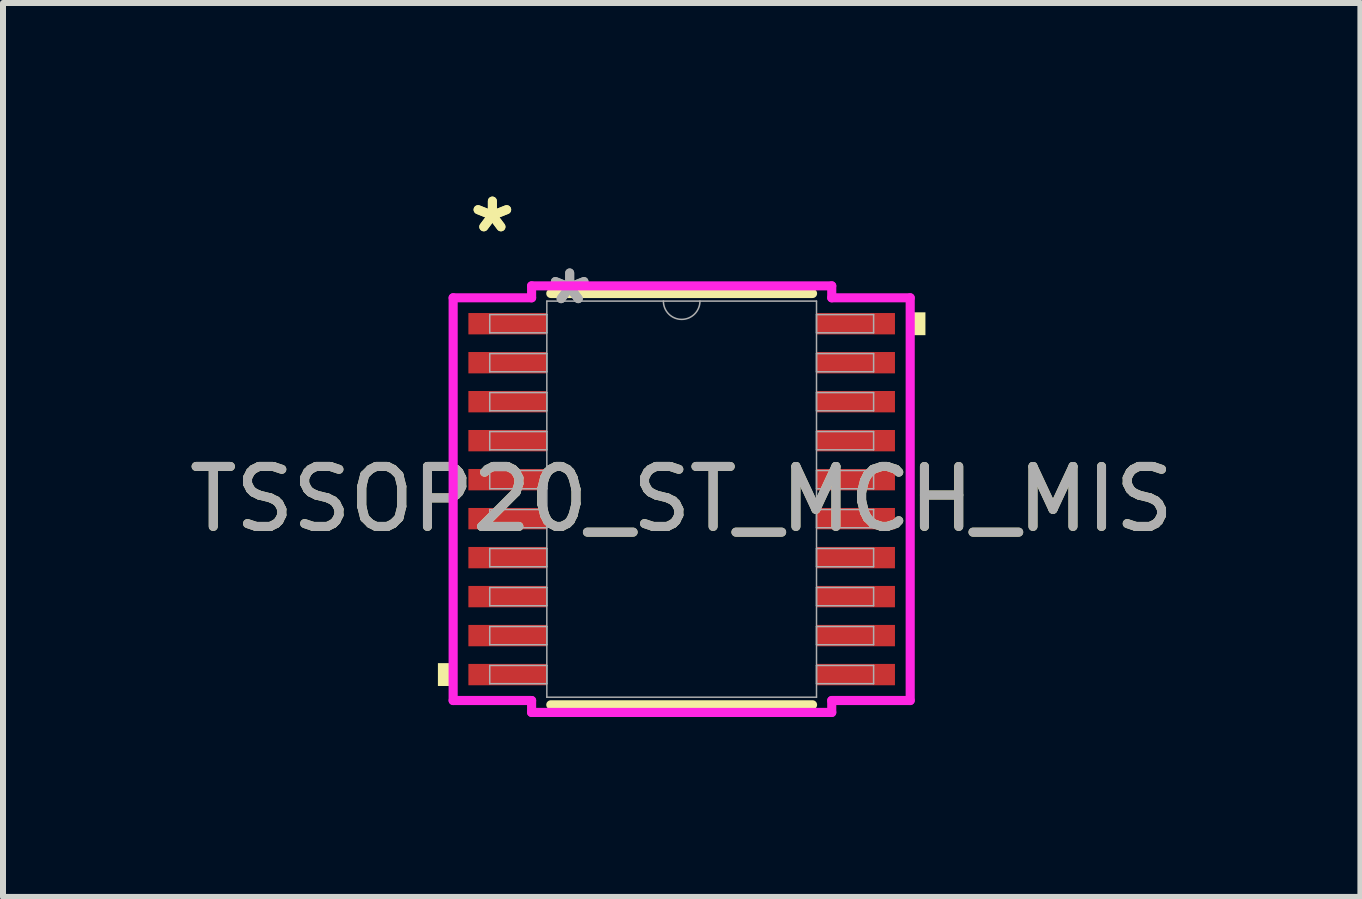
<source format=kicad_pcb>
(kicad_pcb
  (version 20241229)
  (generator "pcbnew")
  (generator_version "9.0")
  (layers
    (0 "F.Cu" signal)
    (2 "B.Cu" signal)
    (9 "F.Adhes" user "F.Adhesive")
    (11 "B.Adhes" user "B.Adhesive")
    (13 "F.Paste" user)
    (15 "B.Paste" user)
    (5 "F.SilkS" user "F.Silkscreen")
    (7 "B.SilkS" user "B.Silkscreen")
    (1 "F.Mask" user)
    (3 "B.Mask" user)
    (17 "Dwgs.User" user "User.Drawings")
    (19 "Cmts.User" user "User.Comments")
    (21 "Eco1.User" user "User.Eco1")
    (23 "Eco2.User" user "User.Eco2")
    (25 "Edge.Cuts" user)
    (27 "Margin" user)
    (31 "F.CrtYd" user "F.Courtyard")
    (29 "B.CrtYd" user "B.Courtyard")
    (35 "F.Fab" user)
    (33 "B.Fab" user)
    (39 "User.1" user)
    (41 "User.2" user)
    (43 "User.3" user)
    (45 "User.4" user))
  (footprint "TSSOP20_ST_MCH_MIS"
    (layer "F.Cu")
    (at 8.315 5.272)
    (property "Reference" "TSSOP20_ST_MCH_MIS" (at 0 0 0) (unlocked yes) (layer "F.SilkS") (effects (font (size 1 1) (thickness 0.15))))
    (attr smd)
    (fp_line (start -2.182 3.429) (end 2.182 3.429) (stroke (width 0.152) (type solid)) (layer "F.SilkS"))
    (fp_line (start 2.182 -3.429) (end -2.182 -3.429) (stroke (width 0.152) (type solid)) (layer "F.SilkS"))
    (fp_poly (pts (xy -4.064 2.734) (xy -4.064 3.115) (xy -3.81 3.115) (xy -3.81 2.734)) (stroke (width 0) (type solid)) (fill yes) (layer "F.SilkS"))
    (fp_poly (pts (xy 4.064 -3.115) (xy 4.064 -2.734) (xy 3.81 -2.734) (xy 3.81 -3.115)) (stroke (width 0) (type solid)) (fill yes) (layer "F.SilkS"))
    (fp_line (start -3.81 -3.357) (end -2.502 -3.357) (stroke (width 0.152) (type solid)) (layer "F.CrtYd"))
    (fp_line (start -3.81 3.357) (end -3.81 -3.357) (stroke (width 0.152) (type solid)) (layer "F.CrtYd"))
    (fp_line (start -3.81 3.357) (end -2.502 3.357) (stroke (width 0.152) (type solid)) (layer "F.CrtYd"))
    (fp_line (start -2.502 -3.556) (end 2.502 -3.556) (stroke (width 0.152) (type solid)) (layer "F.CrtYd"))
    (fp_line (start -2.502 -3.357) (end -2.502 -3.556) (stroke (width 0.152) (type solid)) (layer "F.CrtYd"))
    (fp_line (start -2.502 3.556) (end -2.502 3.357) (stroke (width 0.152) (type solid)) (layer "F.CrtYd"))
    (fp_line (start 2.502 -3.556) (end 2.502 -3.357) (stroke (width 0.152) (type solid)) (layer "F.CrtYd"))
    (fp_line (start 2.502 3.357) (end 2.502 3.556) (stroke (width 0.152) (type solid)) (layer "F.CrtYd"))
    (fp_line (start 2.502 3.556) (end -2.502 3.556) (stroke (width 0.152) (type solid)) (layer "F.CrtYd"))
    (fp_line (start 3.81 -3.357) (end 2.502 -3.357) (stroke (width 0.152) (type solid)) (layer "F.CrtYd"))
    (fp_line (start 3.81 -3.357) (end 3.81 3.357) (stroke (width 0.152) (type solid)) (layer "F.CrtYd"))
    (fp_line (start 3.81 3.357) (end 2.502 3.357) (stroke (width 0.152) (type solid)) (layer "F.CrtYd"))
    (fp_line (start -3.2 -3.077) (end -3.2 -2.773) (stroke (width 0.025) (type solid)) (layer "F.Fab"))
    (fp_line (start -3.2 -2.773) (end -2.248 -2.773) (stroke (width 0.025) (type solid)) (layer "F.Fab"))
    (fp_line (start -3.2 -2.427) (end -3.2 -2.123) (stroke (width 0.025) (type solid)) (layer "F.Fab"))
    (fp_line (start -3.2 -2.123) (end -2.248 -2.123) (stroke (width 0.025) (type solid)) (layer "F.Fab"))
    (fp_line (start -3.2 -1.777) (end -3.2 -1.473) (stroke (width 0.025) (type solid)) (layer "F.Fab"))
    (fp_line (start -3.2 -1.473) (end -2.248 -1.473) (stroke (width 0.025) (type solid)) (layer "F.Fab"))
    (fp_line (start -3.2 -1.127) (end -3.2 -0.823) (stroke (width 0.025) (type solid)) (layer "F.Fab"))
    (fp_line (start -3.2 -0.823) (end -2.248 -0.823) (stroke (width 0.025) (type solid)) (layer "F.Fab"))
    (fp_line (start -3.2 -0.477) (end -3.2 -0.173) (stroke (width 0.025) (type solid)) (layer "F.Fab"))
    (fp_line (start -3.2 -0.173) (end -2.248 -0.173) (stroke (width 0.025) (type solid)) (layer "F.Fab"))
    (fp_line (start -3.2 0.173) (end -3.2 0.477) (stroke (width 0.025) (type solid)) (layer "F.Fab"))
    (fp_line (start -3.2 0.477) (end -2.248 0.477) (stroke (width 0.025) (type solid)) (layer "F.Fab"))
    (fp_line (start -3.2 0.823) (end -3.2 1.127) (stroke (width 0.025) (type solid)) (layer "F.Fab"))
    (fp_line (start -3.2 1.127) (end -2.248 1.127) (stroke (width 0.025) (type solid)) (layer "F.Fab"))
    (fp_line (start -3.2 1.473) (end -3.2 1.777) (stroke (width 0.025) (type solid)) (layer "F.Fab"))
    (fp_line (start -3.2 1.777) (end -2.248 1.777) (stroke (width 0.025) (type solid)) (layer "F.Fab"))
    (fp_line (start -3.2 2.123) (end -3.2 2.427) (stroke (width 0.025) (type solid)) (layer "F.Fab"))
    (fp_line (start -3.2 2.427) (end -2.248 2.427) (stroke (width 0.025) (type solid)) (layer "F.Fab"))
    (fp_line (start -3.2 2.773) (end -3.2 3.077) (stroke (width 0.025) (type solid)) (layer "F.Fab"))
    (fp_line (start -3.2 3.077) (end -2.248 3.077) (stroke (width 0.025) (type solid)) (layer "F.Fab"))
    (fp_line (start -2.248 -3.302) (end -2.248 3.302) (stroke (width 0.025) (type solid)) (layer "F.Fab"))
    (fp_line (start -2.248 -3.077) (end -3.2 -3.077) (stroke (width 0.025) (type solid)) (layer "F.Fab"))
    (fp_line (start -2.248 -2.773) (end -2.248 -3.077) (stroke (width 0.025) (type solid)) (layer "F.Fab"))
    (fp_line (start -2.248 -2.427) (end -3.2 -2.427) (stroke (width 0.025) (type solid)) (layer "F.Fab"))
    (fp_line (start -2.248 -2.123) (end -2.248 -2.427) (stroke (width 0.025) (type solid)) (layer "F.Fab"))
    (fp_line (start -2.248 -1.777) (end -3.2 -1.777) (stroke (width 0.025) (type solid)) (layer "F.Fab"))
    (fp_line (start -2.248 -1.473) (end -2.248 -1.777) (stroke (width 0.025) (type solid)) (layer "F.Fab"))
    (fp_line (start -2.248 -1.127) (end -3.2 -1.127) (stroke (width 0.025) (type solid)) (layer "F.Fab"))
    (fp_line (start -2.248 -0.823) (end -2.248 -1.127) (stroke (width 0.025) (type solid)) (layer "F.Fab"))
    (fp_line (start -2.248 -0.477) (end -3.2 -0.477) (stroke (width 0.025) (type solid)) (layer "F.Fab"))
    (fp_line (start -2.248 -0.173) (end -2.248 -0.477) (stroke (width 0.025) (type solid)) (layer "F.Fab"))
    (fp_line (start -2.248 0.173) (end -3.2 0.173) (stroke (width 0.025) (type solid)) (layer "F.Fab"))
    (fp_line (start -2.248 0.477) (end -2.248 0.173) (stroke (width 0.025) (type solid)) (layer "F.Fab"))
    (fp_line (start -2.248 0.823) (end -3.2 0.823) (stroke (width 0.025) (type solid)) (layer "F.Fab"))
    (fp_line (start -2.248 1.127) (end -2.248 0.823) (stroke (width 0.025) (type solid)) (layer "F.Fab"))
    (fp_line (start -2.248 1.473) (end -3.2 1.473) (stroke (width 0.025) (type solid)) (layer "F.Fab"))
    (fp_line (start -2.248 1.777) (end -2.248 1.473) (stroke (width 0.025) (type solid)) (layer "F.Fab"))
    (fp_line (start -2.248 2.123) (end -3.2 2.123) (stroke (width 0.025) (type solid)) (layer "F.Fab"))
    (fp_line (start -2.248 2.427) (end -2.248 2.123) (stroke (width 0.025) (type solid)) (layer "F.Fab"))
    (fp_line (start -2.248 2.773) (end -3.2 2.773) (stroke (width 0.025) (type solid)) (layer "F.Fab"))
    (fp_line (start -2.248 3.077) (end -2.248 2.773) (stroke (width 0.025) (type solid)) (layer "F.Fab"))
    (fp_line (start -2.248 3.302) (end 2.248 3.302) (stroke (width 0.025) (type solid)) (layer "F.Fab"))
    (fp_line (start 2.248 -3.302) (end -2.248 -3.302) (stroke (width 0.025) (type solid)) (layer "F.Fab"))
    (fp_line (start 2.248 -3.077) (end 2.248 -2.773) (stroke (width 0.025) (type solid)) (layer "F.Fab"))
    (fp_line (start 2.248 -2.773) (end 3.2 -2.773) (stroke (width 0.025) (type solid)) (layer "F.Fab"))
    (fp_line (start 2.248 -2.427) (end 2.248 -2.123) (stroke (width 0.025) (type solid)) (layer "F.Fab"))
    (fp_line (start 2.248 -2.123) (end 3.2 -2.123) (stroke (width 0.025) (type solid)) (layer "F.Fab"))
    (fp_line (start 2.248 -1.777) (end 2.248 -1.473) (stroke (width 0.025) (type solid)) (layer "F.Fab"))
    (fp_line (start 2.248 -1.473) (end 3.2 -1.473) (stroke (width 0.025) (type solid)) (layer "F.Fab"))
    (fp_line (start 2.248 -1.127) (end 2.248 -0.823) (stroke (width 0.025) (type solid)) (layer "F.Fab"))
    (fp_line (start 2.248 -0.823) (end 3.2 -0.823) (stroke (width 0.025) (type solid)) (layer "F.Fab"))
    (fp_line (start 2.248 -0.477) (end 2.248 -0.173) (stroke (width 0.025) (type solid)) (layer "F.Fab"))
    (fp_line (start 2.248 -0.173) (end 3.2 -0.173) (stroke (width 0.025) (type solid)) (layer "F.Fab"))
    (fp_line (start 2.248 0.173) (end 2.248 0.477) (stroke (width 0.025) (type solid)) (layer "F.Fab"))
    (fp_line (start 2.248 0.477) (end 3.2 0.477) (stroke (width 0.025) (type solid)) (layer "F.Fab"))
    (fp_line (start 2.248 0.823) (end 2.248 1.127) (stroke (width 0.025) (type solid)) (layer "F.Fab"))
    (fp_line (start 2.248 1.127) (end 3.2 1.127) (stroke (width 0.025) (type solid)) (layer "F.Fab"))
    (fp_line (start 2.248 1.473) (end 2.248 1.777) (stroke (width 0.025) (type solid)) (layer "F.Fab"))
    (fp_line (start 2.248 1.777) (end 3.2 1.777) (stroke (width 0.025) (type solid)) (layer "F.Fab"))
    (fp_line (start 2.248 2.123) (end 2.248 2.427) (stroke (width 0.025) (type solid)) (layer "F.Fab"))
    (fp_line (start 2.248 2.427) (end 3.2 2.427) (stroke (width 0.025) (type solid)) (layer "F.Fab"))
    (fp_line (start 2.248 2.773) (end 2.248 3.077) (stroke (width 0.025) (type solid)) (layer "F.Fab"))
    (fp_line (start 2.248 3.077) (end 3.2 3.077) (stroke (width 0.025) (type solid)) (layer "F.Fab"))
    (fp_line (start 2.248 3.302) (end 2.248 -3.302) (stroke (width 0.025) (type solid)) (layer "F.Fab"))
    (fp_line (start 3.2 -3.077) (end 2.248 -3.077) (stroke (width 0.025) (type solid)) (layer "F.Fab"))
    (fp_line (start 3.2 -2.773) (end 3.2 -3.077) (stroke (width 0.025) (type solid)) (layer "F.Fab"))
    (fp_line (start 3.2 -2.427) (end 2.248 -2.427) (stroke (width 0.025) (type solid)) (layer "F.Fab"))
    (fp_line (start 3.2 -2.123) (end 3.2 -2.427) (stroke (width 0.025) (type solid)) (layer "F.Fab"))
    (fp_line (start 3.2 -1.777) (end 2.248 -1.777) (stroke (width 0.025) (type solid)) (layer "F.Fab"))
    (fp_line (start 3.2 -1.473) (end 3.2 -1.777) (stroke (width 0.025) (type solid)) (layer "F.Fab"))
    (fp_line (start 3.2 -1.127) (end 2.248 -1.127) (stroke (width 0.025) (type solid)) (layer "F.Fab"))
    (fp_line (start 3.2 -0.823) (end 3.2 -1.127) (stroke (width 0.025) (type solid)) (layer "F.Fab"))
    (fp_line (start 3.2 -0.477) (end 2.248 -0.477) (stroke (width 0.025) (type solid)) (layer "F.Fab"))
    (fp_line (start 3.2 -0.173) (end 3.2 -0.477) (stroke (width 0.025) (type solid)) (layer "F.Fab"))
    (fp_line (start 3.2 0.173) (end 2.248 0.173) (stroke (width 0.025) (type solid)) (layer "F.Fab"))
    (fp_line (start 3.2 0.477) (end 3.2 0.173) (stroke (width 0.025) (type solid)) (layer "F.Fab"))
    (fp_line (start 3.2 0.823) (end 2.248 0.823) (stroke (width 0.025) (type solid)) (layer "F.Fab"))
    (fp_line (start 3.2 1.127) (end 3.2 0.823) (stroke (width 0.025) (type solid)) (layer "F.Fab"))
    (fp_line (start 3.2 1.473) (end 2.248 1.473) (stroke (width 0.025) (type solid)) (layer "F.Fab"))
    (fp_line (start 3.2 1.777) (end 3.2 1.473) (stroke (width 0.025) (type solid)) (layer "F.Fab"))
    (fp_line (start 3.2 2.123) (end 2.248 2.123) (stroke (width 0.025) (type solid)) (layer "F.Fab"))
    (fp_line (start 3.2 2.427) (end 3.2 2.123) (stroke (width 0.025) (type solid)) (layer "F.Fab"))
    (fp_line (start 3.2 2.773) (end 2.248 2.773) (stroke (width 0.025) (type solid)) (layer "F.Fab"))
    (fp_line (start 3.2 3.077) (end 3.2 2.773) (stroke (width 0.025) (type solid)) (layer "F.Fab"))
    (fp_arc (start 0.3048 -3.302) (mid 0 -2.9972) (end -0.3048 -3.302) (stroke (width 0.0254) (type solid)) (layer "F.Fab"))
    (fp_text user "*" (at -3.156 -4.424 0) (unlocked yes) (layer "F.SilkS") (effects (font (size 1 1) (thickness 0.15))))
    (fp_text user "*" (at -3.156 -4.424 0) (layer "F.SilkS") (effects (font (size 1 1) (thickness 0.15))))
    (fp_text user "*" (at -1.867 -3.226 0) (unlocked yes) (layer "F.Fab") (effects (font (size 1 1) (thickness 0.15))))
    (fp_text user "*" (at -1.867 -3.226 0) (layer "F.Fab") (effects (font (size 1 1) (thickness 0.15))))
    (fp_text user "${REFERENCE}" (at 0 0 0) (unlocked yes) (layer "F.Fab") (effects (font (size 1 1) (thickness 0.15))))
    (pad "1" smd rect (at -2.902 -2.925) (size 1.308 0.356) (layers "F.Cu" "F.Mask" "F.Paste"))
    (pad "2" smd rect (at -2.902 -2.275) (size 1.308 0.356) (layers "F.Cu" "F.Mask" "F.Paste"))
    (pad "3" smd rect (at -2.902 -1.625) (size 1.308 0.356) (layers "F.Cu" "F.Mask" "F.Paste"))
    (pad "4" smd rect (at -2.902 -0.975) (size 1.308 0.356) (layers "F.Cu" "F.Mask" "F.Paste"))
    (pad "5" smd rect (at -2.902 -0.325) (size 1.308 0.356) (layers "F.Cu" "F.Mask" "F.Paste"))
    (pad "6" smd rect (at -2.902 0.325) (size 1.308 0.356) (layers "F.Cu" "F.Mask" "F.Paste"))
    (pad "7" smd rect (at -2.902 0.975) (size 1.308 0.356) (layers "F.Cu" "F.Mask" "F.Paste"))
    (pad "8" smd rect (at -2.902 1.625) (size 1.308 0.356) (layers "F.Cu" "F.Mask" "F.Paste"))
    (pad "9" smd rect (at -2.902 2.275) (size 1.308 0.356) (layers "F.Cu" "F.Mask" "F.Paste"))
    (pad "10" smd rect (at -2.902 2.925) (size 1.308 0.356) (layers "F.Cu" "F.Mask" "F.Paste"))
    (pad "11" smd rect (at 2.902 2.925) (size 1.308 0.356) (layers "F.Cu" "F.Mask" "F.Paste"))
    (pad "12" smd rect (at 2.902 2.275) (size 1.308 0.356) (layers "F.Cu" "F.Mask" "F.Paste"))
    (pad "13" smd rect (at 2.902 1.625) (size 1.308 0.356) (layers "F.Cu" "F.Mask" "F.Paste"))
    (pad "14" smd rect (at 2.902 0.975) (size 1.308 0.356) (layers "F.Cu" "F.Mask" "F.Paste"))
    (pad "15" smd rect (at 2.902 0.325) (size 1.308 0.356) (layers "F.Cu" "F.Mask" "F.Paste"))
    (pad "16" smd rect (at 2.902 -0.325) (size 1.308 0.356) (layers "F.Cu" "F.Mask" "F.Paste"))
    (pad "17" smd rect (at 2.902 -0.975) (size 1.308 0.356) (layers "F.Cu" "F.Mask" "F.Paste"))
    (pad "18" smd rect (at 2.902 -1.625) (size 1.308 0.356) (layers "F.Cu" "F.Mask" "F.Paste"))
    (pad "19" smd rect (at 2.902 -2.275) (size 1.308 0.356) (layers "F.Cu" "F.Mask" "F.Paste"))
    (pad "20" smd rect (at 2.902 -2.925) (size 1.308 0.356) (layers "F.Cu" "F.Mask" "F.Paste")))
  (gr_rect
    (start -3 -3)
    (end 19.631 11.904)
    (stroke (width 0.1) (type default))
    (fill no)
    (layer "Edge.Cuts")))
</source>
